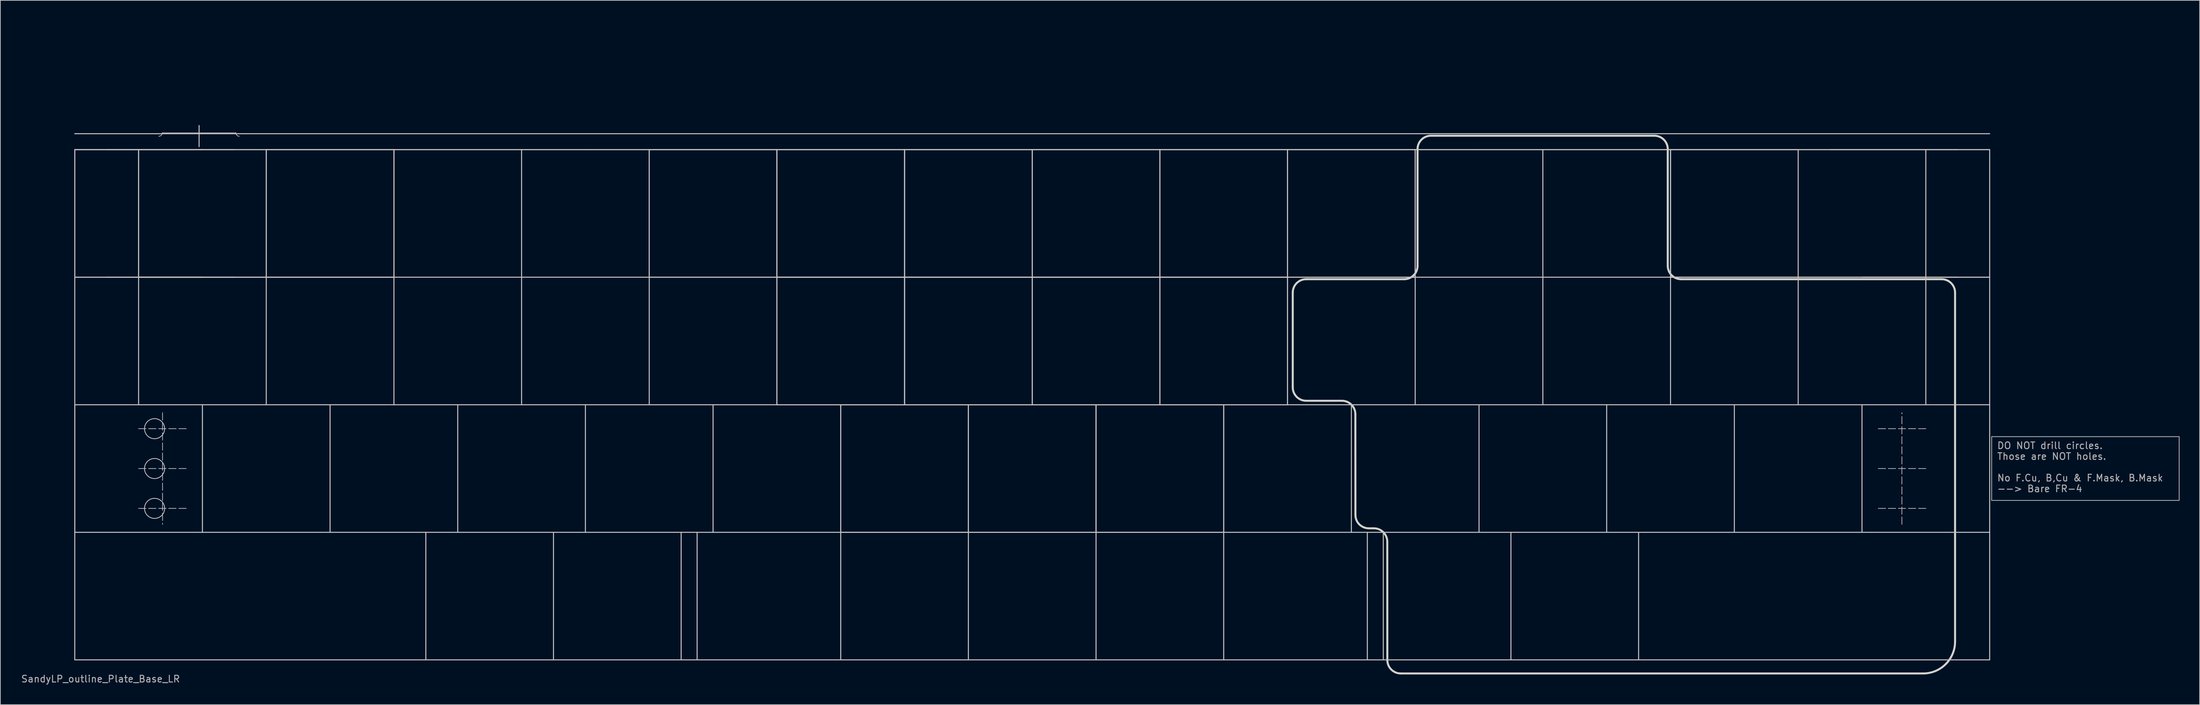
<source format=kicad_pcb>
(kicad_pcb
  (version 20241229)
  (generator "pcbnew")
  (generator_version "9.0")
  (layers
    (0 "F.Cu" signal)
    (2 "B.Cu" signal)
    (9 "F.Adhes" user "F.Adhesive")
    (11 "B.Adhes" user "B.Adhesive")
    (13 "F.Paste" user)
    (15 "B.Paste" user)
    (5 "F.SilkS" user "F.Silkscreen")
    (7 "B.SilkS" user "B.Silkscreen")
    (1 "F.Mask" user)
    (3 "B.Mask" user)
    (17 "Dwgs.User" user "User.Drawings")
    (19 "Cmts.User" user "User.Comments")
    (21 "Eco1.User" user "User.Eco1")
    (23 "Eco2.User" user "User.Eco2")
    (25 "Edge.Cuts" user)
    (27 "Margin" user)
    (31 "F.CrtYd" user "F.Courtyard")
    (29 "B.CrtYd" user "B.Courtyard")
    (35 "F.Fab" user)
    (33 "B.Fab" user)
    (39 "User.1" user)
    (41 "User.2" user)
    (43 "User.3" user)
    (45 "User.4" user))
  (footprint "SandyLP_outline_Plate_Base_LR"
    (layer "F.Cu")
    (at 8.108 0.25)
    (property "Reference" "SandyLP_outline_Plate_Base_LR" (at 3.85 98.1 0) (layer "F.Fab") (effects (font (size 1 1) (thickness 0.15))))
    (attr through_hole)
    (fp_rect (start 270.272 60.722) (end 272.653 72.628) (stroke (width 0.12) (type solid)) (fill yes) (layer "F.Mask"))
    (fp_circle (center 271.462 60.722) (end 272.653 60.722) (stroke (width 0.1) (type solid)) (fill yes) (layer "F.Mask"))
    (fp_circle (center 271.462 72.628) (end 272.653 72.628) (stroke (width 0.1) (type solid)) (fill yes) (layer "F.Mask"))
    (fp_rect (start 270.272 60.722) (end 272.653 72.628) (stroke (width 0.12) (type solid)) (fill yes) (layer "B.Mask"))
    (fp_circle (center 271.462 60.722) (end 272.653 60.722) (stroke (width 0.1) (type solid)) (fill yes) (layer "B.Mask"))
    (fp_circle (center 271.462 72.628) (end 272.653 72.628) (stroke (width 0.1) (type solid)) (fill yes) (layer "B.Mask"))
    (fp_line (start 0 19.05) (end 0 38.1) (stroke (width 0.15) (type solid)) (layer "Dwgs.User"))
    (fp_line (start 0 19.05) (end 0 38.1) (stroke (width 0.15) (type solid)) (layer "Dwgs.User"))
    (fp_line (start 0 38.1) (end 19.05 38.1) (stroke (width 0.15) (type solid)) (layer "Dwgs.User"))
    (fp_line (start 0 57.15) (end 0 38.1) (stroke (width 0.15) (type solid)) (layer "Dwgs.User"))
    (fp_line (start 0 57.15) (end 104.775 57.15) (stroke (width 0.15) (type solid)) (layer "Dwgs.User"))
    (fp_line (start 0 76.2) (end 0 57.15) (stroke (width 0.15) (type solid)) (layer "Dwgs.User"))
    (fp_line (start 0 76.2) (end 0 57.15) (stroke (width 0.15) (type solid)) (layer "Dwgs.User"))
    (fp_line (start 0 76.2) (end 0 95.25) (stroke (width 0.15) (type solid)) (layer "Dwgs.User"))
    (fp_line (start 0 95.25) (end 285.75 95.25) (stroke (width 0.15) (type solid)) (layer "Dwgs.User"))
    (fp_line (start 4.763 19.05) (end 23.812 19.05) (stroke (width 0.15) (type solid)) (layer "Dwgs.User"))
    (fp_line (start 9.525 38.1) (end 9.525 19.05) (stroke (width 0.15) (type solid)) (layer "Dwgs.User"))
    (fp_line (start 9.525 38.1) (end 9.525 19.05) (stroke (width 0.15) (type solid)) (layer "Dwgs.User"))
    (fp_line (start 9.525 38.1) (end 9.525 57.15) (stroke (width 0.15) (type solid)) (layer "Dwgs.User"))
    (fp_line (start 9.525 60.722) (end 16.669 60.722) (stroke (width 0.1) (type dash)) (layer "Dwgs.User"))
    (fp_line (start 9.525 66.675) (end 16.669 66.675) (stroke (width 0.1) (type dash)) (layer "Dwgs.User"))
    (fp_line (start 9.525 72.628) (end 16.669 72.628) (stroke (width 0.1) (type dash)) (layer "Dwgs.User"))
    (fp_line (start 13.05 16.55) (end 24.05 16.55) (stroke (width 0.1) (type solid)) (layer "Dwgs.User"))
    (fp_line (start 13.097 58.341) (end 13.097 75.009) (stroke (width 0.1) (type dash)) (layer "Dwgs.User"))
    (fp_line (start 18.55 15.45) (end 18.55 18.6) (stroke (width 0.15) (type solid)) (layer "Dwgs.User"))
    (fp_line (start 19.05 19.05) (end 0 19.05) (stroke (width 0.15) (type solid)) (layer "Dwgs.User"))
    (fp_line (start 19.05 19.05) (end 0 19.05) (stroke (width 0.15) (type solid)) (layer "Dwgs.User"))
    (fp_line (start 19.05 38.1) (end 0 38.1) (stroke (width 0.15) (type solid)) (layer "Dwgs.User"))
    (fp_line (start 19.05 57.15) (end 19.05 76.2) (stroke (width 0.15) (type solid)) (layer "Dwgs.User"))
    (fp_line (start 23.812 38.1) (end 4.763 38.1) (stroke (width 0.15) (type solid)) (layer "Dwgs.User"))
    (fp_line (start 28.575 19.05) (end 47.625 19.05) (stroke (width 0.15) (type solid)) (layer "Dwgs.User"))
    (fp_line (start 28.575 38.1) (end 9.525 38.1) (stroke (width 0.15) (type solid)) (layer "Dwgs.User"))
    (fp_line (start 28.575 38.1) (end 9.525 38.1) (stroke (width 0.15) (type solid)) (layer "Dwgs.User"))
    (fp_line (start 28.575 38.1) (end 9.525 38.1) (stroke (width 0.15) (type solid)) (layer "Dwgs.User"))
    (fp_line (start 28.575 38.1) (end 28.575 19.05) (stroke (width 0.15) (type solid)) (layer "Dwgs.User"))
    (fp_line (start 28.575 38.1) (end 28.575 19.05) (stroke (width 0.15) (type solid)) (layer "Dwgs.User"))
    (fp_line (start 28.575 38.1) (end 28.575 57.15) (stroke (width 0.15) (type solid)) (layer "Dwgs.User"))
    (fp_line (start 38.1 19.05) (end 19.05 19.05) (stroke (width 0.15) (type solid)) (layer "Dwgs.User"))
    (fp_line (start 38.1 57.15) (end 38.1 76.2) (stroke (width 0.15) (type solid)) (layer "Dwgs.User"))
    (fp_line (start 47.625 19.05) (end 47.625 38.1) (stroke (width 0.15) (type solid)) (layer "Dwgs.User"))
    (fp_line (start 47.625 19.05) (end 47.625 38.1) (stroke (width 0.15) (type solid)) (layer "Dwgs.User"))
    (fp_line (start 47.625 19.05) (end 47.625 38.1) (stroke (width 0.15) (type solid)) (layer "Dwgs.User"))
    (fp_line (start 47.625 38.1) (end 28.575 38.1) (stroke (width 0.15) (type solid)) (layer "Dwgs.User"))
    (fp_line (start 47.625 38.1) (end 28.575 38.1) (stroke (width 0.15) (type solid)) (layer "Dwgs.User"))
    (fp_line (start 47.625 38.1) (end 28.575 38.1) (stroke (width 0.15) (type solid)) (layer "Dwgs.User"))
    (fp_line (start 47.625 38.1) (end 47.625 57.15) (stroke (width 0.15) (type solid)) (layer "Dwgs.User"))
    (fp_line (start 47.625 38.1) (end 85.725 38.1) (stroke (width 0.15) (type solid)) (layer "Dwgs.User"))
    (fp_line (start 52.388 76.2) (end 52.388 95.25) (stroke (width 0.15) (type solid)) (layer "Dwgs.User"))
    (fp_line (start 57.15 19.05) (end 38.1 19.05) (stroke (width 0.15) (type solid)) (layer "Dwgs.User"))
    (fp_line (start 57.15 57.15) (end 57.15 76.2) (stroke (width 0.15) (type solid)) (layer "Dwgs.User"))
    (fp_line (start 66.675 19.05) (end 66.675 38.1) (stroke (width 0.15) (type solid)) (layer "Dwgs.User"))
    (fp_line (start 66.675 38.1) (end 66.675 57.15) (stroke (width 0.15) (type solid)) (layer "Dwgs.User"))
    (fp_line (start 71.438 76.2) (end 71.438 95.25) (stroke (width 0.15) (type solid)) (layer "Dwgs.User"))
    (fp_line (start 76.2 19.05) (end 57.15 19.05) (stroke (width 0.15) (type solid)) (layer "Dwgs.User"))
    (fp_line (start 76.2 57.15) (end 76.2 76.2) (stroke (width 0.15) (type solid)) (layer "Dwgs.User"))
    (fp_line (start 85.725 19.05) (end 104.775 19.05) (stroke (width 0.15) (type solid)) (layer "Dwgs.User"))
    (fp_line (start 85.725 38.1) (end 85.725 19.05) (stroke (width 0.15) (type solid)) (layer "Dwgs.User"))
    (fp_line (start 85.725 38.1) (end 85.725 19.05) (stroke (width 0.15) (type solid)) (layer "Dwgs.User"))
    (fp_line (start 85.725 38.1) (end 85.725 57.15) (stroke (width 0.15) (type solid)) (layer "Dwgs.User"))
    (fp_line (start 90.487 76.2) (end 90.487 95.25) (stroke (width 0.15) (type solid)) (layer "Dwgs.User"))
    (fp_line (start 92.869 76.2) (end 92.869 95.25) (stroke (width 0.15) (type solid)) (layer "Dwgs.User"))
    (fp_line (start 95.25 19.05) (end 76.2 19.05) (stroke (width 0.15) (type solid)) (layer "Dwgs.User"))
    (fp_line (start 95.25 57.15) (end 95.25 76.2) (stroke (width 0.15) (type solid)) (layer "Dwgs.User"))
    (fp_line (start 104.775 19.05) (end 104.775 38.1) (stroke (width 0.15) (type solid)) (layer "Dwgs.User"))
    (fp_line (start 104.775 19.05) (end 123.825 19.05) (stroke (width 0.15) (type solid)) (layer "Dwgs.User"))
    (fp_line (start 104.775 38.1) (end 85.725 38.1) (stroke (width 0.15) (type solid)) (layer "Dwgs.User"))
    (fp_line (start 104.775 38.1) (end 85.725 38.1) (stroke (width 0.15) (type solid)) (layer "Dwgs.User"))
    (fp_line (start 104.775 38.1) (end 104.775 19.05) (stroke (width 0.15) (type solid)) (layer "Dwgs.User"))
    (fp_line (start 104.775 38.1) (end 104.775 19.05) (stroke (width 0.15) (type solid)) (layer "Dwgs.User"))
    (fp_line (start 104.775 38.1) (end 123.825 38.1) (stroke (width 0.15) (type solid)) (layer "Dwgs.User"))
    (fp_line (start 104.775 38.1) (end 123.825 38.1) (stroke (width 0.15) (type solid)) (layer "Dwgs.User"))
    (fp_line (start 104.775 57.15) (end 104.775 38.1) (stroke (width 0.15) (type solid)) (layer "Dwgs.User"))
    (fp_line (start 104.775 57.15) (end 104.775 38.1) (stroke (width 0.15) (type solid)) (layer "Dwgs.User"))
    (fp_line (start 114.3 19.05) (end 95.25 19.05) (stroke (width 0.15) (type solid)) (layer "Dwgs.User"))
    (fp_line (start 114.3 57.15) (end 133.35 57.15) (stroke (width 0.15) (type solid)) (layer "Dwgs.User"))
    (fp_line (start 114.3 57.15) (end 133.35 57.15) (stroke (width 0.15) (type solid)) (layer "Dwgs.User"))
    (fp_line (start 114.3 76.2) (end 0 76.2) (stroke (width 0.15) (type solid)) (layer "Dwgs.User"))
    (fp_line (start 114.3 76.2) (end 114.3 57.15) (stroke (width 0.15) (type solid)) (layer "Dwgs.User"))
    (fp_line (start 114.3 76.2) (end 114.3 57.15) (stroke (width 0.15) (type solid)) (layer "Dwgs.User"))
    (fp_line (start 114.3 76.2) (end 114.3 95.25) (stroke (width 0.15) (type solid)) (layer "Dwgs.User"))
    (fp_line (start 114.3 76.2) (end 133.35 76.2) (stroke (width 0.15) (type solid)) (layer "Dwgs.User"))
    (fp_line (start 123.825 19.05) (end 123.825 38.1) (stroke (width 0.15) (type solid)) (layer "Dwgs.User"))
    (fp_line (start 123.825 19.05) (end 123.825 38.1) (stroke (width 0.15) (type solid)) (layer "Dwgs.User"))
    (fp_line (start 123.825 19.05) (end 142.875 19.05) (stroke (width 0.15) (type solid)) (layer "Dwgs.User"))
    (fp_line (start 123.825 38.1) (end 104.775 38.1) (stroke (width 0.15) (type solid)) (layer "Dwgs.User"))
    (fp_line (start 123.825 38.1) (end 104.775 38.1) (stroke (width 0.15) (type solid)) (layer "Dwgs.User"))
    (fp_line (start 123.825 38.1) (end 123.825 19.05) (stroke (width 0.15) (type solid)) (layer "Dwgs.User"))
    (fp_line (start 123.825 38.1) (end 123.825 57.15) (stroke (width 0.15) (type solid)) (layer "Dwgs.User"))
    (fp_line (start 123.825 38.1) (end 142.875 38.1) (stroke (width 0.15) (type solid)) (layer "Dwgs.User"))
    (fp_line (start 123.825 38.1) (end 142.875 38.1) (stroke (width 0.15) (type solid)) (layer "Dwgs.User"))
    (fp_line (start 123.825 57.15) (end 104.775 57.15) (stroke (width 0.15) (type solid)) (layer "Dwgs.User"))
    (fp_line (start 123.825 57.15) (end 104.775 57.15) (stroke (width 0.15) (type solid)) (layer "Dwgs.User"))
    (fp_line (start 123.825 57.15) (end 123.825 38.1) (stroke (width 0.15) (type solid)) (layer "Dwgs.User"))
    (fp_line (start 123.825 57.15) (end 123.825 38.1) (stroke (width 0.15) (type solid)) (layer "Dwgs.User"))
    (fp_line (start 133.35 19.05) (end 114.3 19.05) (stroke (width 0.15) (type solid)) (layer "Dwgs.User"))
    (fp_line (start 133.35 57.15) (end 133.35 76.2) (stroke (width 0.15) (type solid)) (layer "Dwgs.User"))
    (fp_line (start 133.35 57.15) (end 152.4 57.15) (stroke (width 0.15) (type solid)) (layer "Dwgs.User"))
    (fp_line (start 133.35 57.15) (end 152.4 57.15) (stroke (width 0.15) (type solid)) (layer "Dwgs.User"))
    (fp_line (start 133.35 76.2) (end 114.3 76.2) (stroke (width 0.15) (type solid)) (layer "Dwgs.User"))
    (fp_line (start 133.35 76.2) (end 114.3 76.2) (stroke (width 0.15) (type solid)) (layer "Dwgs.User"))
    (fp_line (start 133.35 76.2) (end 133.35 57.15) (stroke (width 0.15) (type solid)) (layer "Dwgs.User"))
    (fp_line (start 133.35 76.2) (end 133.35 57.15) (stroke (width 0.15) (type solid)) (layer "Dwgs.User"))
    (fp_line (start 133.35 76.2) (end 133.35 95.25) (stroke (width 0.15) (type solid)) (layer "Dwgs.User"))
    (fp_line (start 142.875 19.05) (end 142.875 38.1) (stroke (width 0.15) (type solid)) (layer "Dwgs.User"))
    (fp_line (start 142.875 19.05) (end 142.875 38.1) (stroke (width 0.15) (type solid)) (layer "Dwgs.User"))
    (fp_line (start 142.875 19.05) (end 161.925 19.05) (stroke (width 0.15) (type solid)) (layer "Dwgs.User"))
    (fp_line (start 142.875 38.1) (end 123.825 38.1) (stroke (width 0.15) (type solid)) (layer "Dwgs.User"))
    (fp_line (start 142.875 38.1) (end 123.825 38.1) (stroke (width 0.15) (type solid)) (layer "Dwgs.User"))
    (fp_line (start 142.875 38.1) (end 142.875 19.05) (stroke (width 0.15) (type solid)) (layer "Dwgs.User"))
    (fp_line (start 142.875 38.1) (end 142.875 57.15) (stroke (width 0.15) (type solid)) (layer "Dwgs.User"))
    (fp_line (start 142.875 38.1) (end 161.925 38.1) (stroke (width 0.15) (type solid)) (layer "Dwgs.User"))
    (fp_line (start 142.875 38.1) (end 161.925 38.1) (stroke (width 0.15) (type solid)) (layer "Dwgs.User"))
    (fp_line (start 142.875 57.15) (end 123.825 57.15) (stroke (width 0.15) (type solid)) (layer "Dwgs.User"))
    (fp_line (start 142.875 57.15) (end 123.825 57.15) (stroke (width 0.15) (type solid)) (layer "Dwgs.User"))
    (fp_line (start 142.875 57.15) (end 142.875 38.1) (stroke (width 0.15) (type solid)) (layer "Dwgs.User"))
    (fp_line (start 142.875 57.15) (end 142.875 38.1) (stroke (width 0.15) (type solid)) (layer "Dwgs.User"))
    (fp_line (start 152.4 19.05) (end 133.35 19.05) (stroke (width 0.15) (type solid)) (layer "Dwgs.User"))
    (fp_line (start 152.4 57.15) (end 152.4 76.2) (stroke (width 0.15) (type solid)) (layer "Dwgs.User"))
    (fp_line (start 152.4 57.15) (end 171.45 57.15) (stroke (width 0.15) (type solid)) (layer "Dwgs.User"))
    (fp_line (start 152.4 57.15) (end 171.45 57.15) (stroke (width 0.15) (type solid)) (layer "Dwgs.User"))
    (fp_line (start 152.4 76.2) (end 133.35 76.2) (stroke (width 0.15) (type solid)) (layer "Dwgs.User"))
    (fp_line (start 152.4 76.2) (end 133.35 76.2) (stroke (width 0.15) (type solid)) (layer "Dwgs.User"))
    (fp_line (start 152.4 76.2) (end 152.4 57.15) (stroke (width 0.15) (type solid)) (layer "Dwgs.User"))
    (fp_line (start 152.4 76.2) (end 152.4 57.15) (stroke (width 0.15) (type solid)) (layer "Dwgs.User"))
    (fp_line (start 152.4 76.2) (end 152.4 95.25) (stroke (width 0.15) (type solid)) (layer "Dwgs.User"))
    (fp_line (start 161.925 19.05) (end 161.925 38.1) (stroke (width 0.15) (type solid)) (layer "Dwgs.User"))
    (fp_line (start 161.925 19.05) (end 180.975 19.05) (stroke (width 0.15) (type solid)) (layer "Dwgs.User"))
    (fp_line (start 161.925 38.1) (end 142.875 38.1) (stroke (width 0.15) (type solid)) (layer "Dwgs.User"))
    (fp_line (start 161.925 38.1) (end 142.875 38.1) (stroke (width 0.15) (type solid)) (layer "Dwgs.User"))
    (fp_line (start 161.925 38.1) (end 161.925 19.05) (stroke (width 0.15) (type solid)) (layer "Dwgs.User"))
    (fp_line (start 161.925 38.1) (end 161.925 19.05) (stroke (width 0.15) (type solid)) (layer "Dwgs.User"))
    (fp_line (start 161.925 38.1) (end 161.925 57.15) (stroke (width 0.15) (type solid)) (layer "Dwgs.User"))
    (fp_line (start 161.925 38.1) (end 180.975 38.1) (stroke (width 0.15) (type solid)) (layer "Dwgs.User"))
    (fp_line (start 161.925 38.1) (end 180.975 38.1) (stroke (width 0.15) (type solid)) (layer "Dwgs.User"))
    (fp_line (start 161.925 57.15) (end 142.875 57.15) (stroke (width 0.15) (type solid)) (layer "Dwgs.User"))
    (fp_line (start 161.925 57.15) (end 142.875 57.15) (stroke (width 0.15) (type solid)) (layer "Dwgs.User"))
    (fp_line (start 161.925 57.15) (end 161.925 38.1) (stroke (width 0.15) (type solid)) (layer "Dwgs.User"))
    (fp_line (start 161.925 57.15) (end 161.925 38.1) (stroke (width 0.15) (type solid)) (layer "Dwgs.User"))
    (fp_line (start 171.45 19.05) (end 152.4 19.05) (stroke (width 0.15) (type solid)) (layer "Dwgs.User"))
    (fp_line (start 171.45 57.15) (end 171.45 76.2) (stroke (width 0.15) (type solid)) (layer "Dwgs.User"))
    (fp_line (start 171.45 57.15) (end 171.45 76.2) (stroke (width 0.15) (type solid)) (layer "Dwgs.User"))
    (fp_line (start 171.45 76.2) (end 152.4 76.2) (stroke (width 0.15) (type solid)) (layer "Dwgs.User"))
    (fp_line (start 171.45 76.2) (end 152.4 76.2) (stroke (width 0.15) (type solid)) (layer "Dwgs.User"))
    (fp_line (start 171.45 76.2) (end 171.45 95.25) (stroke (width 0.15) (type solid)) (layer "Dwgs.User"))
    (fp_line (start 171.45 76.2) (end 285.75 76.2) (stroke (width 0.15) (type solid)) (layer "Dwgs.User"))
    (fp_line (start 180.975 19.05) (end 180.975 38.1) (stroke (width 0.15) (type solid)) (layer "Dwgs.User"))
    (fp_line (start 180.975 19.05) (end 180.975 38.1) (stroke (width 0.15) (type solid)) (layer "Dwgs.User"))
    (fp_line (start 180.975 19.05) (end 200.025 19.05) (stroke (width 0.15) (type solid)) (layer "Dwgs.User"))
    (fp_line (start 180.975 38.1) (end 161.925 38.1) (stroke (width 0.15) (type solid)) (layer "Dwgs.User"))
    (fp_line (start 180.975 38.1) (end 161.925 38.1) (stroke (width 0.15) (type solid)) (layer "Dwgs.User"))
    (fp_line (start 180.975 38.1) (end 180.975 19.05) (stroke (width 0.15) (type solid)) (layer "Dwgs.User"))
    (fp_line (start 180.975 38.1) (end 180.975 57.15) (stroke (width 0.15) (type solid)) (layer "Dwgs.User"))
    (fp_line (start 180.975 38.1) (end 180.975 57.15) (stroke (width 0.15) (type solid)) (layer "Dwgs.User"))
    (fp_line (start 180.975 57.15) (end 161.925 57.15) (stroke (width 0.15) (type solid)) (layer "Dwgs.User"))
    (fp_line (start 180.975 57.15) (end 161.925 57.15) (stroke (width 0.15) (type solid)) (layer "Dwgs.User"))
    (fp_line (start 180.975 57.15) (end 285.75 57.15) (stroke (width 0.15) (type solid)) (layer "Dwgs.User"))
    (fp_line (start 190.5 19.05) (end 171.45 19.05) (stroke (width 0.15) (type solid)) (layer "Dwgs.User"))
    (fp_line (start 190.5 57.15) (end 190.5 76.2) (stroke (width 0.15) (type solid)) (layer "Dwgs.User"))
    (fp_line (start 192.881 76.2) (end 192.881 95.25) (stroke (width 0.15) (type solid)) (layer "Dwgs.User"))
    (fp_line (start 195.262 76.2) (end 195.262 95.25) (stroke (width 0.15) (type solid)) (layer "Dwgs.User"))
    (fp_line (start 200.025 19.05) (end 200.025 38.1) (stroke (width 0.15) (type solid)) (layer "Dwgs.User"))
    (fp_line (start 200.025 19.05) (end 200.025 38.1) (stroke (width 0.15) (type solid)) (layer "Dwgs.User"))
    (fp_line (start 200.025 38.1) (end 180.975 38.1) (stroke (width 0.15) (type solid)) (layer "Dwgs.User"))
    (fp_line (start 200.025 38.1) (end 180.975 38.1) (stroke (width 0.15) (type solid)) (layer "Dwgs.User"))
    (fp_line (start 200.025 38.1) (end 200.025 57.15) (stroke (width 0.15) (type solid)) (layer "Dwgs.User"))
    (fp_line (start 200.025 38.1) (end 238.125 38.1) (stroke (width 0.15) (type solid)) (layer "Dwgs.User"))
    (fp_line (start 209.55 19.05) (end 190.5 19.05) (stroke (width 0.15) (type solid)) (layer "Dwgs.User"))
    (fp_line (start 209.55 57.15) (end 209.55 76.2) (stroke (width 0.15) (type solid)) (layer "Dwgs.User"))
    (fp_line (start 214.312 76.2) (end 214.312 95.25) (stroke (width 0.15) (type solid)) (layer "Dwgs.User"))
    (fp_line (start 219.075 19.05) (end 219.075 38.1) (stroke (width 0.15) (type solid)) (layer "Dwgs.User"))
    (fp_line (start 219.075 38.1) (end 219.075 57.15) (stroke (width 0.15) (type solid)) (layer "Dwgs.User"))
    (fp_line (start 228.6 19.05) (end 209.55 19.05) (stroke (width 0.15) (type solid)) (layer "Dwgs.User"))
    (fp_line (start 228.6 57.15) (end 228.6 76.2) (stroke (width 0.15) (type solid)) (layer "Dwgs.User"))
    (fp_line (start 233.363 76.2) (end 233.363 95.25) (stroke (width 0.15) (type solid)) (layer "Dwgs.User"))
    (fp_line (start 238.125 19.05) (end 238.125 38.1) (stroke (width 0.15) (type solid)) (layer "Dwgs.User"))
    (fp_line (start 238.125 19.05) (end 257.175 19.05) (stroke (width 0.15) (type solid)) (layer "Dwgs.User"))
    (fp_line (start 238.125 38.1) (end 238.125 19.05) (stroke (width 0.15) (type solid)) (layer "Dwgs.User"))
    (fp_line (start 238.125 38.1) (end 238.125 19.05) (stroke (width 0.15) (type solid)) (layer "Dwgs.User"))
    (fp_line (start 238.125 38.1) (end 238.125 57.15) (stroke (width 0.15) (type solid)) (layer "Dwgs.User"))
    (fp_line (start 238.125 38.1) (end 257.175 38.1) (stroke (width 0.15) (type solid)) (layer "Dwgs.User"))
    (fp_line (start 247.65 19.05) (end 228.6 19.05) (stroke (width 0.15) (type solid)) (layer "Dwgs.User"))
    (fp_line (start 247.65 57.15) (end 247.65 76.2) (stroke (width 0.15) (type solid)) (layer "Dwgs.User"))
    (fp_line (start 257.175 19.05) (end 257.175 38.1) (stroke (width 0.15) (type solid)) (layer "Dwgs.User"))
    (fp_line (start 257.175 38.1) (end 238.125 38.1) (stroke (width 0.15) (type solid)) (layer "Dwgs.User"))
    (fp_line (start 257.175 38.1) (end 238.125 38.1) (stroke (width 0.15) (type solid)) (layer "Dwgs.User"))
    (fp_line (start 257.175 38.1) (end 257.175 57.15) (stroke (width 0.15) (type solid)) (layer "Dwgs.User"))
    (fp_line (start 257.175 38.1) (end 276.225 38.1) (stroke (width 0.15) (type solid)) (layer "Dwgs.User"))
    (fp_line (start 261.938 19.05) (end 280.988 19.05) (stroke (width 0.15) (type solid)) (layer "Dwgs.User"))
    (fp_line (start 266.7 19.05) (end 247.65 19.05) (stroke (width 0.15) (type solid)) (layer "Dwgs.User"))
    (fp_line (start 266.7 57.15) (end 266.7 76.2) (stroke (width 0.15) (type solid)) (layer "Dwgs.User"))
    (fp_line (start 272.653 75.009) (end 272.653 58.341) (stroke (width 0.1) (type dash)) (layer "Dwgs.User"))
    (fp_line (start 276.225 38.1) (end 257.175 38.1) (stroke (width 0.15) (type solid)) (layer "Dwgs.User"))
    (fp_line (start 276.225 38.1) (end 276.225 19.05) (stroke (width 0.15) (type solid)) (layer "Dwgs.User"))
    (fp_line (start 276.225 38.1) (end 276.225 57.15) (stroke (width 0.15) (type solid)) (layer "Dwgs.User"))
    (fp_line (start 276.225 60.722) (end 269.081 60.722) (stroke (width 0.1) (type dash)) (layer "Dwgs.User"))
    (fp_line (start 276.225 66.675) (end 269.081 66.675) (stroke (width 0.1) (type dash)) (layer "Dwgs.User"))
    (fp_line (start 276.225 72.628) (end 269.081 72.628) (stroke (width 0.1) (type dash)) (layer "Dwgs.User"))
    (fp_line (start 280.988 38.1) (end 257.175 38.1) (stroke (width 0.15) (type solid)) (layer "Dwgs.User"))
    (fp_line (start 285.75 16.669) (end 0 16.669) (stroke (width 0.15) (type solid)) (layer "Dwgs.User"))
    (fp_line (start 285.75 19.05) (end 0 19.05) (stroke (width 0.15) (type solid)) (layer "Dwgs.User"))
    (fp_line (start 285.75 19.05) (end 266.7 19.05) (stroke (width 0.15) (type solid)) (layer "Dwgs.User"))
    (fp_line (start 285.75 19.05) (end 285.75 38.1) (stroke (width 0.15) (type solid)) (layer "Dwgs.User"))
    (fp_line (start 285.75 38.1) (end 266.7 38.1) (stroke (width 0.15) (type solid)) (layer "Dwgs.User"))
    (fp_line (start 285.75 38.1) (end 266.7 38.1) (stroke (width 0.15) (type solid)) (layer "Dwgs.User"))
    (fp_line (start 285.75 38.1) (end 285.75 57.15) (stroke (width 0.15) (type solid)) (layer "Dwgs.User"))
    (fp_line (start 285.75 57.15) (end 285.75 76.2) (stroke (width 0.15) (type solid)) (layer "Dwgs.User"))
    (fp_line (start 285.75 95.25) (end 285.75 76.2) (stroke (width 0.15) (type solid)) (layer "Dwgs.User"))
    (fp_arc (start 13.05 16.55) (mid 12.903553 16.903553) (end 12.55 17.05) (stroke (width 0.1) (type solid)) (layer "Dwgs.User"))
    (fp_arc (start 24.55 17.05) (mid 24.196447 16.903553) (end 24.05 16.55) (stroke (width 0.1) (type solid)) (layer "Dwgs.User"))
    (fp_circle (center 11.906 60.722) (end 13.406 60.722) (stroke (width 0.12) (type default)) (fill no) (layer "Dwgs.User"))
    (fp_circle (center 11.906 66.675) (end 13.406 66.675) (stroke (width 0.12) (type default)) (fill no) (layer "Dwgs.User"))
    (fp_circle (center 11.906 72.628) (end 13.406 72.628) (stroke (width 0.12) (type default)) (fill no) (layer "Dwgs.User"))
    (fp_arc (start 88.34 37.54996) (mid 86.925778 36.964175) (end 86.34 35.54996) (stroke (width 0.3) (type solid)) (layer "Eco1.User"))
    (fp_line (start 5.013 35.786) (end 5.013 21.731) (stroke (width 0.3) (type solid)) (layer "Eco2.User"))
    (fp_line (start 7.013 37.786) (end 45.3 37.8) (stroke (width 0.3) (type solid)) (layer "Eco2.User"))
    (fp_line (start 9.775 16.969) (end 45.31 16.969) (stroke (width 0.3) (type solid)) (layer "Eco2.User"))
    (fp_line (start 47.3 35.8) (end 47.31 18.969) (stroke (width 0.3) (type solid)) (layer "Eco2.User"))
    (fp_line (start 86.34 35.55) (end 86.34 18.969) (stroke (width 0.3) (type solid)) (layer "Eco2.User"))
    (fp_line (start 88.34 37.55) (end 103.4 37.55) (stroke (width 0.3) (type solid)) (layer "Eco2.User"))
    (fp_line (start 91.083 78.795) (end 91.083 95.281) (stroke (width 0.3) (type solid)) (layer "Eco2.User"))
    (fp_line (start 93.083 76.795) (end 93.845 76.795) (stroke (width 0.3) (type solid)) (layer "Eco2.User"))
    (fp_line (start 95.845 59.45) (end 95.845 74.795) (stroke (width 0.3) (type solid)) (layer "Eco2.User"))
    (fp_line (start 97.845 57.45) (end 111.472 57.45) (stroke (width 0.3) (type solid)) (layer "Eco2.User"))
    (fp_line (start 105.4 54.55) (end 105.4 39.55) (stroke (width 0.3) (type solid)) (layer "Eco2.User"))
    (fp_line (start 107.4 56.55) (end 112.925 56.55) (stroke (width 0.3) (type solid)) (layer "Eco2.User"))
    (fp_line (start 113.472 59.45) (end 113.472 74.2) (stroke (width 0.3) (type solid)) (layer "Eco2.User"))
    (fp_line (start 114.925 73.625) (end 114.925 58.55) (stroke (width 0.3) (type solid)) (layer "Eco2.User"))
    (fp_line (start 116.925 75.625) (end 168.85 75.621) (stroke (width 0.3) (type solid)) (layer "Eco2.User"))
    (fp_line (start 170.228 76.2) (end 115.472 76.2) (stroke (width 0.3) (type solid)) (layer "Eco2.User"))
    (fp_line (start 170.85 73.621) (end 170.85 58.489) (stroke (width 0.3) (type solid)) (layer "Eco2.User"))
    (fp_line (start 172.228 59.45) (end 172.228 74.2) (stroke (width 0.3) (type solid)) (layer "Eco2.User"))
    (fp_line (start 172.85 56.489) (end 178.35 56.479) (stroke (width 0.3) (type solid)) (layer "Eco2.User"))
    (fp_line (start 180.35 54.479) (end 180.35 39.472) (stroke (width 0.3) (type solid)) (layer "Eco2.User"))
    (fp_line (start 182.35 37.472) (end 197.43 37.462) (stroke (width 0.3) (type solid)) (layer "Eco2.User"))
    (fp_line (start 187.905 57.45) (end 174.228 57.45) (stroke (width 0.3) (type solid)) (layer "Eco2.User"))
    (fp_line (start 189.905 59.45) (end 189.905 74.795) (stroke (width 0.3) (type solid)) (layer "Eco2.User"))
    (fp_line (start 192.667 76.795) (end 191.905 76.795) (stroke (width 0.3) (type solid)) (layer "Eco2.User"))
    (fp_line (start 192.667 97.281) (end 93.083 97.281) (stroke (width 0.3) (type solid)) (layer "Eco2.User"))
    (fp_line (start 194.667 78.795) (end 194.667 95.281) (stroke (width 0.3) (type solid)) (layer "Eco2.User"))
    (fp_line (start 197.43 16.969) (end 88.34 16.969) (stroke (width 0.3) (type solid)) (layer "Eco2.User"))
    (fp_line (start 199.43 35.462) (end 199.43 18.969) (stroke (width 0.3) (type solid)) (layer "Eco2.User"))
    (fp_line (start 238.45 35.8) (end 238.44 18.969) (stroke (width 0.3) (type solid)) (layer "Eco2.User"))
    (fp_line (start 275.975 16.969) (end 240.44 16.969) (stroke (width 0.3) (type solid)) (layer "Eco2.User"))
    (fp_line (start 278.738 37.786) (end 240.45 37.8) (stroke (width 0.3) (type solid)) (layer "Eco2.User"))
    (fp_line (start 280.738 35.786) (end 280.738 21.731) (stroke (width 0.3) (type solid)) (layer "Eco2.User"))
    (fp_arc (start 5.0125 21.73121) (mid 6.407406 18.363617) (end 9.775 16.96871) (stroke (width 0.3) (type default)) (layer "Eco2.User"))
    (fp_arc (start 7.0125 37.785786) (mid 5.598304 37.199997) (end 5.0125 35.785786) (stroke (width 0.3) (type solid)) (layer "Eco2.User"))
    (fp_arc (start 45.31 16.96871) (mid 46.724222 17.554495) (end 47.31 18.96871) (stroke (width 0.3) (type solid)) (layer "Eco2.User"))
    (fp_arc (start 47.3 35.8) (mid 46.714226 37.214236) (end 45.3 37.8) (stroke (width 0.3) (type solid)) (layer "Eco2.User"))
    (fp_arc (start 86.34 18.96871) (mid 86.925789 17.554477) (end 88.34 16.96871) (stroke (width 0.3) (type solid)) (layer "Eco2.User"))
    (fp_arc (start 88.34 37.54996) (mid 86.925807 36.964146) (end 86.34 35.54996) (stroke (width 0.3) (type solid)) (layer "Eco2.User"))
    (fp_arc (start 91.082893 78.795377) (mid 91.66866 77.381144) (end 93.082893 76.795377) (stroke (width 0.3) (type solid)) (layer "Eco2.User"))
    (fp_arc (start 93.082893 97.28121) (mid 91.66871 96.695393) (end 91.082893 95.28121) (stroke (width 0.3) (type solid)) (layer "Eco2.User"))
    (fp_arc (start 95.845393 59.44996) (mid 96.431177 58.035744) (end 97.845393 57.44996) (stroke (width 0.3) (type solid)) (layer "Eco2.User"))
    (fp_arc (start 95.845393 74.795377) (mid 95.259588 76.209572) (end 93.845393 76.795377) (stroke (width 0.3) (type solid)) (layer "Eco2.User"))
    (fp_arc (start 103.4 37.54996) (mid 104.814205 38.135748) (end 105.4 39.54996) (stroke (width 0.3) (type solid)) (layer "Eco2.User"))
    (fp_arc (start 107.4 56.54996) (mid 105.985778 55.964175) (end 105.4 54.54996) (stroke (width 0.3) (type solid)) (layer "Eco2.User"))
    (fp_arc (start 111.471875 57.44996) (mid 112.886109 58.035726) (end 113.471875 59.44996) (stroke (width 0.3) (type solid)) (layer "Eco2.User"))
    (fp_arc (start 112.925 56.54996) (mid 114.339205 57.135748) (end 114.925 58.54996) (stroke (width 0.3) (type solid)) (layer "Eco2.User"))
    (fp_arc (start 115.471875 76.2) (mid 114.057674 75.614201) (end 113.471875 74.2) (stroke (width 0.3) (type solid)) (layer "Eco2.User"))
    (fp_arc (start 116.925 75.62496) (mid 115.510778 75.039175) (end 114.925 73.62496) (stroke (width 0.3) (type solid)) (layer "Eco2.User"))
    (fp_arc (start 170.85 58.489174) (mid 171.435808 57.075) (end 172.85 56.489174) (stroke (width 0.3) (type solid)) (layer "Eco2.User"))
    (fp_arc (start 170.85 73.620746) (mid 170.26418 75.034923) (end 168.85 75.620746) (stroke (width 0.3) (type solid)) (layer "Eco2.User"))
    (fp_arc (start 172.228125 59.44996) (mid 172.813938 58.035775) (end 174.228125 57.44996) (stroke (width 0.3) (type solid)) (layer "Eco2.User"))
    (fp_arc (start 172.228125 74.2) (mid 171.64234 75.614222) (end 170.228125 76.200025) (stroke (width 0.3) (type solid)) (layer "Eco2.User"))
    (fp_arc (start 180.35 39.471532) (mid 180.935758 38.057291) (end 182.35 37.471532) (stroke (width 0.3) (type solid)) (layer "Eco2.User"))
    (fp_arc (start 180.35 54.479174) (mid 179.764235 55.893427) (end 178.35 56.479174) (stroke (width 0.3) (type solid)) (layer "Eco2.User"))
    (fp_arc (start 187.904689 57.449896) (mid 189.318882 58.035708) (end 189.904689 59.449896) (stroke (width 0.3) (type solid)) (layer "Eco2.User"))
    (fp_arc (start 191.904689 76.795313) (mid 190.490507 76.209494) (end 189.904689 74.795313) (stroke (width 0.3) (type solid)) (layer "Eco2.User"))
    (fp_arc (start 192.667189 76.795313) (mid 194.081376 77.381126) (end 194.667189 78.795313) (stroke (width 0.3) (type solid)) (layer "Eco2.User"))
    (fp_arc (start 194.667351 95.28121) (mid 194.081587 96.695429) (end 192.667351 97.28121) (stroke (width 0.3) (type solid)) (layer "Eco2.User"))
    (fp_arc (start 197.43 16.96871) (mid 198.844222 17.554495) (end 199.43 18.96871) (stroke (width 0.3) (type solid)) (layer "Eco2.User"))
    (fp_arc (start 199.43 35.461532) (mid 198.844185 36.875718) (end 197.43 37.461532) (stroke (width 0.3) (type solid)) (layer "Eco2.User"))
    (fp_arc (start 238.44 18.96871) (mid 239.025789 17.554477) (end 240.44 16.96871) (stroke (width 0.3) (type solid)) (layer "Eco2.User"))
    (fp_arc (start 240.45 37.8) (mid 239.035763 37.214218) (end 238.45 35.8) (stroke (width 0.3) (type solid)) (layer "Eco2.User"))
    (fp_arc (start 275.975 16.96871) (mid 279.342605 18.363612) (end 280.7375 21.73121) (stroke (width 0.3) (type default)) (layer "Eco2.User"))
    (fp_arc (start 280.7375 35.785786) (mid 280.151725 37.199996) (end 278.7375 37.785786) (stroke (width 0.3) (type solid)) (layer "Eco2.User"))
    (fp_line (start 181.753 40.4) (end 181.753 54.555) (stroke (width 0.3) (type solid)) (layer "Edge.Cuts"))
    (fp_line (start 189.095 56.555) (end 183.753 56.555) (stroke (width 0.3) (type solid)) (layer "Edge.Cuts"))
    (fp_line (start 191.095 58.555) (end 191.105 73.605) (stroke (width 0.3) (type solid)) (layer "Edge.Cuts"))
    (fp_line (start 193.858 75.605) (end 193.105 75.605) (stroke (width 0.3) (type solid)) (layer "Edge.Cuts"))
    (fp_line (start 195.858 77.605) (end 195.867 95.281) (stroke (width 0.3) (type solid)) (layer "Edge.Cuts"))
    (fp_line (start 198.375 38.4) (end 183.753 38.4) (stroke (width 0.3) (type solid)) (layer "Edge.Cuts"))
    (fp_line (start 200.375 18.969) (end 200.375 36.4) (stroke (width 0.3) (type solid)) (layer "Edge.Cuts"))
    (fp_line (start 235.713 16.969) (end 202.375 16.969) (stroke (width 0.3) (type solid)) (layer "Edge.Cuts"))
    (fp_line (start 237.713 18.969) (end 237.713 36.4) (stroke (width 0.3) (type solid)) (layer "Edge.Cuts"))
    (fp_line (start 275.825 97.281) (end 197.867 97.281) (stroke (width 0.3) (type solid)) (layer "Edge.Cuts"))
    (fp_line (start 278.587 38.4) (end 239.713 38.4) (stroke (width 0.3) (type solid)) (layer "Edge.Cuts"))
    (fp_line (start 280.587 40.4) (end 280.587 92.519) (stroke (width 0.3) (type solid)) (layer "Edge.Cuts"))
    (fp_arc (start 181.753125 40.39996) (mid 182.338911 38.985745) (end 183.753125 38.39996) (stroke (width 0.3) (type solid)) (layer "Edge.Cuts"))
    (fp_arc (start 183.753125 56.554735) (mid 182.338877 55.968964) (end 181.753125 54.554735) (stroke (width 0.3) (type solid)) (layer "Edge.Cuts"))
    (fp_arc (start 189.095313 56.554735) (mid 190.509492 57.140537) (end 191.095313 58.554735) (stroke (width 0.3) (type solid)) (layer "Edge.Cuts"))
    (fp_arc (start 193.104848 75.604687) (mid 191.690626 75.018902) (end 191.104848 73.604687) (stroke (width 0.3) (type solid)) (layer "Edge.Cuts"))
    (fp_arc (start 193.857813 75.604687) (mid 195.272001 76.190499) (end 195.857813 77.604687) (stroke (width 0.3) (type solid)) (layer "Edge.Cuts"))
    (fp_arc (start 197.867348 97.28121) (mid 196.453129 96.695429) (end 195.867348 95.28121) (stroke (width 0.3) (type solid)) (layer "Edge.Cuts"))
    (fp_arc (start 200.375 18.96871) (mid 200.960801 17.554522) (end 202.375 16.96871) (stroke (width 0.3) (type solid)) (layer "Edge.Cuts"))
    (fp_arc (start 200.375 36.39996) (mid 199.789214 37.814174) (end 198.375 38.39996) (stroke (width 0.3) (type solid)) (layer "Edge.Cuts"))
    (fp_arc (start 235.7125 16.96871) (mid 237.126728 17.554494) (end 237.7125 18.96871) (stroke (width 0.3) (type solid)) (layer "Edge.Cuts"))
    (fp_arc (start 239.7125 38.39996) (mid 238.298295 37.814165) (end 237.7125 36.39996) (stroke (width 0.3) (type solid)) (layer "Edge.Cuts"))
    (fp_arc (start 278.5875 38.39996) (mid 280.001692 38.98575) (end 280.5875 40.39996) (stroke (width 0.3) (type solid)) (layer "Edge.Cuts"))
    (fp_arc (start 280.5875 92.51871) (mid 279.192591 95.886301) (end 275.825 97.28121) (stroke (width 0.3) (type default)) (layer "Edge.Cuts"))
    (fp_text_box "DO NOT drill circles.\nThose are NOT holes.\n\nNo F.Cu, B,Cu & F.Mask, B.Mask\n--> Bare FR-4" (start 286.048 61.913) (end 314.028 71.438) (margins 0.81 0.81 0.81 0.81) (layer "F.Fab") (effects (font (size 1 1) (thickness 0.15)) (justify left top)) (border yes) (stroke (width 0.12) (type solid)))
    (zone (net_name "") (layers "F.Cu" "B.Cu") (hatch edge 0.5) (connect_pads) (min_thickness 0.25) (filled_areas_thickness no) (keepout (tracks not_allowed) (vias not_allowed) (pads not_allowed) (copperpour not_allowed) (footprints allowed)) (placement (enabled no)) (fill) (polygon (pts (arc (start 278.38021 60.971875) (mid 279.570835 59.78125) (end 280.76146 60.971875)) (arc (start 280.76146 72.878125) (mid 279.570835 74.06875) (end 278.38021 72.878125))))))
  (gr_rect
    (start -3 -3)
    (end 325.196 102.198)
    (stroke (width 0.1) (type default))
    (fill no)
    (layer "Edge.Cuts")))
</source>
